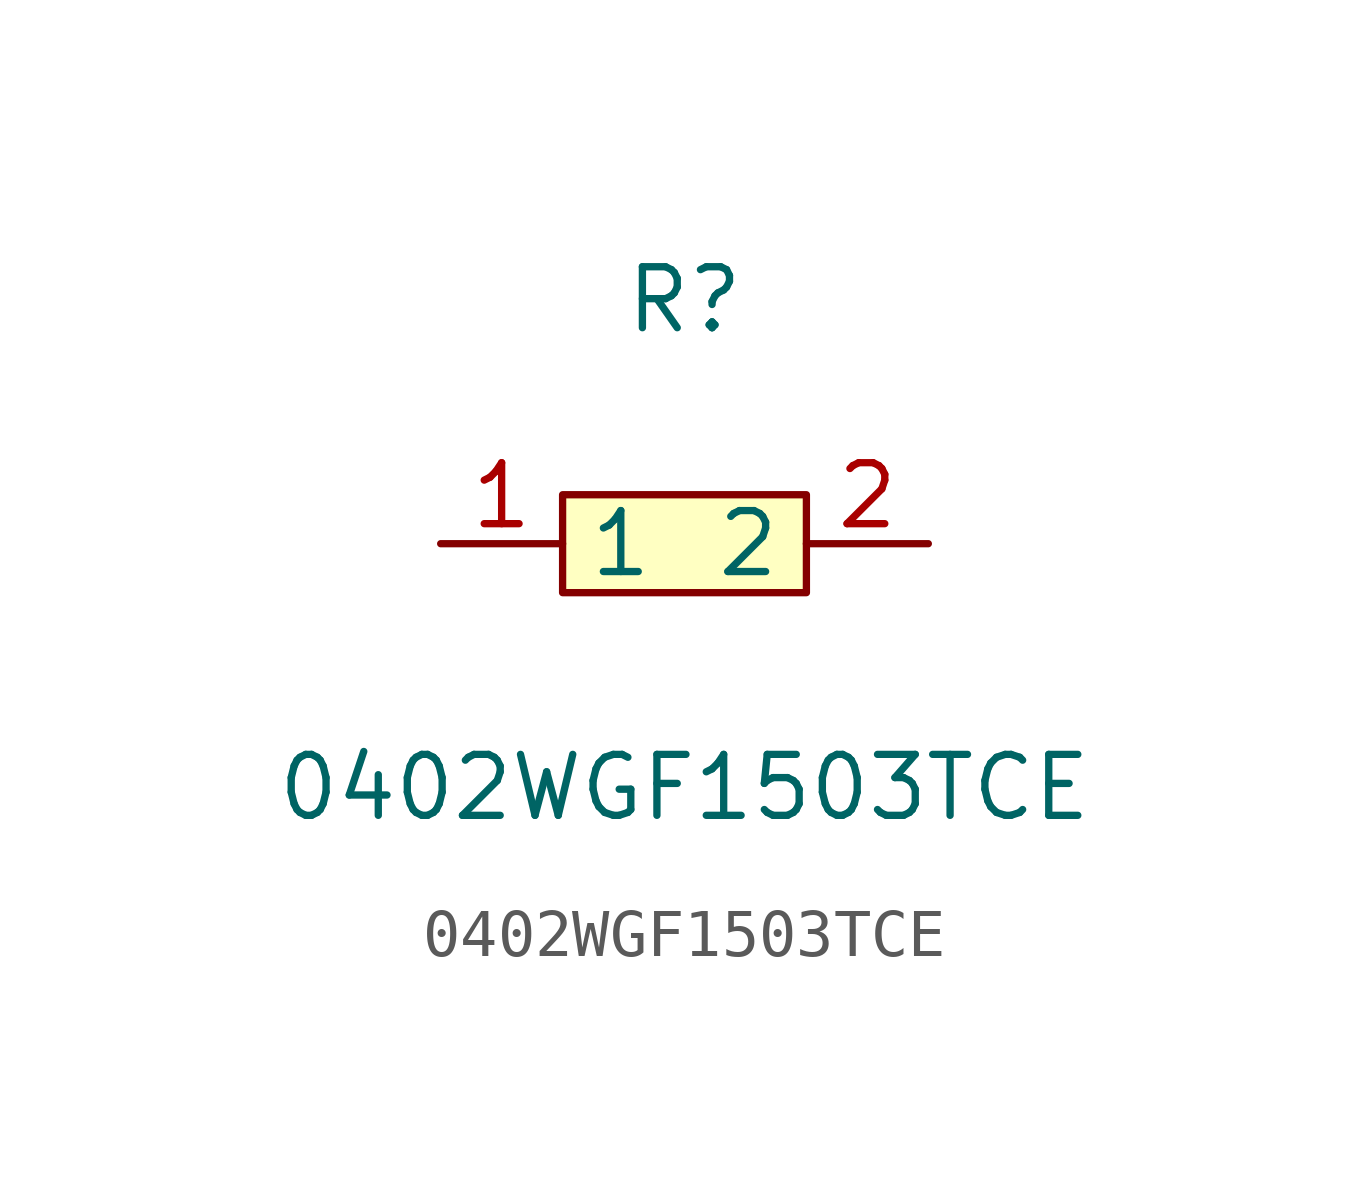
<source format=kicad_sym>
(kicad_symbol_lib
  (version 1)
  (generator "faebryk")
  (symbol "0402WGF1503TCE"
    (property "Reference" "R"
      (at 0 5.08 0)
      (effects (font (size 1.27 1.27)) (hide no)))
    (property "Value" "0402WGF1503TCE"
      (at 0 -5.08 0)
      (effects (font (size 1.27 1.27)) (hide no)))
    (symbol "0402WGF1503TCE_0_1"
      (rectangle (start -2.54 1.02) (end 2.54 -1.02) (stroke (width 0) (type default) (color 0 0 0 0)) (fill (type background)))
      (pin input line (at 5.08 0 180) (length 2.54) (name "2" (effects (font (size 1.27 1.27)) (hide no))) (number "2" (effects (font (size 1.27 1.27)) (hide no))))
      (pin input line (at -5.08 0 0) (length 2.54) (name "1" (effects (font (size 1.27 1.27)) (hide no))) (number "1" (effects (font (size 1.27 1.27)) (hide no)))))))
</source>
